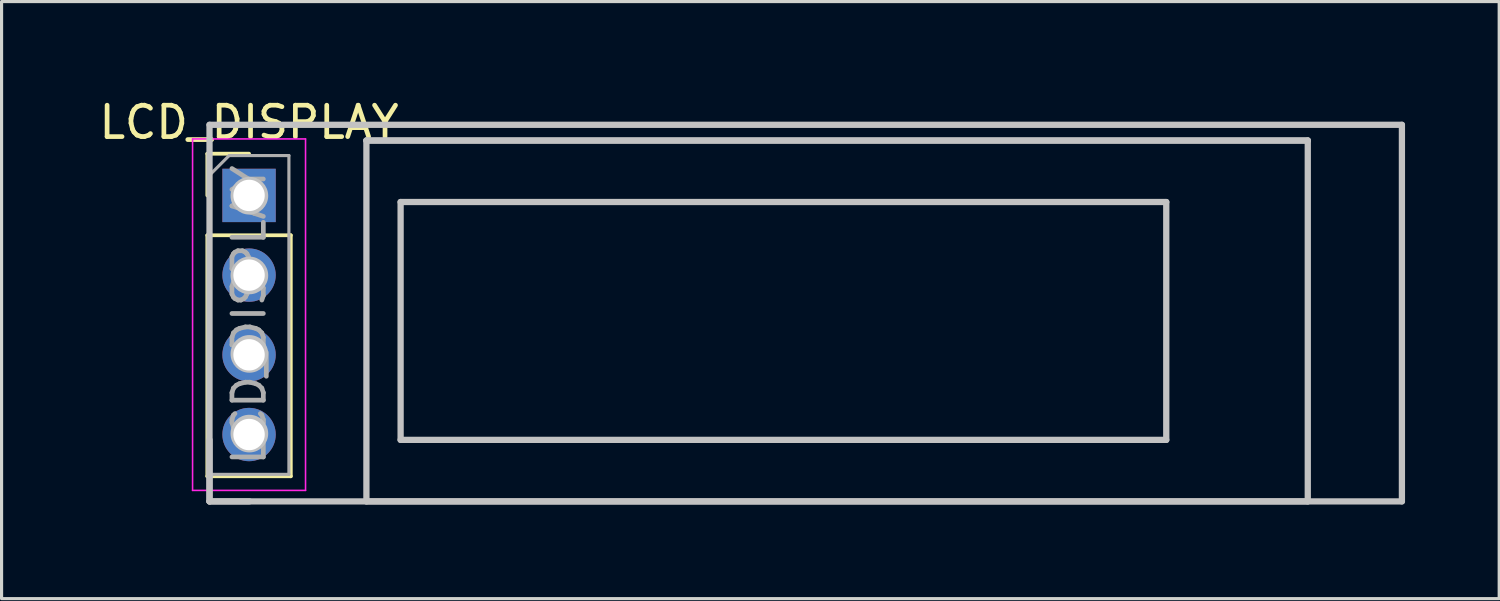
<source format=kicad_pcb>
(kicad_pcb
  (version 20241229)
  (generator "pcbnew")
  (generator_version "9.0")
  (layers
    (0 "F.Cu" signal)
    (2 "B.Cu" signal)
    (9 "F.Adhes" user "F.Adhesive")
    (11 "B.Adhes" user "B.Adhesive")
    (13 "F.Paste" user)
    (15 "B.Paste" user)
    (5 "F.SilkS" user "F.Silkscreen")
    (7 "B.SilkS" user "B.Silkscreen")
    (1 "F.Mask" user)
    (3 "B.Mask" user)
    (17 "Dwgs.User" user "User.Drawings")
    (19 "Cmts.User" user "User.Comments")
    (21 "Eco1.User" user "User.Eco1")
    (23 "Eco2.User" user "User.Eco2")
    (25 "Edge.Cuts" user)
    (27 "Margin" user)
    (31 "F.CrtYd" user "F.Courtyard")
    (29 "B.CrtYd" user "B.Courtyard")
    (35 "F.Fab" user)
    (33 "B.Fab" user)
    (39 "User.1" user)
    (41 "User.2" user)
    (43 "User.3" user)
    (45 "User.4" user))
  (footprint "LCD_DISPLAY"
    (layer "F.Cu")
    (at 4.887 3.178)
    (property "Reference" "LCD_DISPLAY" (at 0 -2.33 0) (layer "F.SilkS") (effects (font (size 1 1) (thickness 0.15))))
    (attr through_hole)
    (fp_line (start -1.33 -1.33) (end 0 -1.33) (stroke (width 0.12) (type solid)) (layer "F.SilkS"))
    (fp_line (start -1.33 0) (end -1.33 -1.33) (stroke (width 0.12) (type solid)) (layer "F.SilkS"))
    (fp_line (start -1.33 1.27) (end -1.33 8.95) (stroke (width 0.12) (type solid)) (layer "F.SilkS"))
    (fp_line (start -1.33 1.27) (end 1.33 1.27) (stroke (width 0.12) (type solid)) (layer "F.SilkS"))
    (fp_line (start -1.33 8.95) (end 1.33 8.95) (stroke (width 0.12) (type solid)) (layer "F.SilkS"))
    (fp_line (start 1.33 1.27) (end 1.33 8.95) (stroke (width 0.12) (type solid)) (layer "F.SilkS"))
    (fp_line (start -1.26 -2.25) (end -1.26 9.75) (stroke (width 0.2) (type solid)) (layer "Dwgs.User"))
    (fp_line (start -1.26 -2.25) (end 36.74 -2.25) (stroke (width 0.2) (type solid)) (layer "Dwgs.User"))
    (fp_line (start -1.26 9.75) (end -1.26 7.79) (stroke (width 0.2) (type solid)) (layer "Dwgs.User"))
    (fp_line (start -1.26 9.75) (end 0.01 9.75) (stroke (width 0.2) (type solid)) (layer "Dwgs.User"))
    (fp_line (start -1.26 9.75) (end 36.74 9.75) (stroke (width 0.2) (type solid)) (layer "Dwgs.User"))
    (fp_line (start 3.74 -1.75) (end 3.74 9.75) (stroke (width 0.2) (type solid)) (layer "Dwgs.User"))
    (fp_line (start 3.74 9.75) (end 33.74 9.75) (stroke (width 0.2) (type solid)) (layer "Dwgs.User"))
    (fp_line (start 4.83 0.21) (end 4.83 7.79) (stroke (width 0.2) (type solid)) (layer "Dwgs.User"))
    (fp_line (start 4.83 7.79) (end 29.23 7.79) (stroke (width 0.2) (type solid)) (layer "Dwgs.User"))
    (fp_line (start 29.23 0.21) (end 4.83 0.21) (stroke (width 0.2) (type solid)) (layer "Dwgs.User"))
    (fp_line (start 29.23 7.79) (end 29.23 0.21) (stroke (width 0.2) (type solid)) (layer "Dwgs.User"))
    (fp_line (start 33.74 -1.75) (end 3.74 -1.75) (stroke (width 0.2) (type solid)) (layer "Dwgs.User"))
    (fp_line (start 33.74 -1.75) (end 3.74 -1.75) (stroke (width 0.2) (type solid)) (layer "Dwgs.User"))
    (fp_line (start 33.74 9.75) (end 33.74 -1.75) (stroke (width 0.2) (type solid)) (layer "Dwgs.User"))
    (fp_line (start 36.74 9.75) (end 36.74 -2.25) (stroke (width 0.2) (type solid)) (layer "Dwgs.User"))
    (fp_circle (center 0.01 0.01) (end 0.51 0.01) (stroke (width 0.2) (type solid)) (fill no) (layer "Dwgs.User"))
    (fp_circle (center 0.01 2.55) (end 0.51 2.55) (stroke (width 0.2) (type solid)) (fill no) (layer "Dwgs.User"))
    (fp_circle (center 0.01 5.05) (end 0.51 5.05) (stroke (width 0.2) (type solid)) (fill no) (layer "Dwgs.User"))
    (fp_circle (center 0.01 7.59) (end 0.51 7.59) (stroke (width 0.2) (type solid)) (fill no) (layer "Dwgs.User"))
    (fp_line (start -1.8 -1.8) (end -1.8 9.4) (stroke (width 0.05) (type solid)) (layer "F.CrtYd"))
    (fp_line (start -1.8 9.4) (end 1.8 9.4) (stroke (width 0.05) (type solid)) (layer "F.CrtYd"))
    (fp_line (start 1.8 -1.8) (end -1.8 -1.8) (stroke (width 0.05) (type solid)) (layer "F.CrtYd"))
    (fp_line (start 1.8 9.4) (end 1.8 -1.8) (stroke (width 0.05) (type solid)) (layer "F.CrtYd"))
    (fp_line (start -1.27 -0.635) (end -0.635 -1.27) (stroke (width 0.1) (type solid)) (layer "F.Fab"))
    (fp_line (start -1.27 8.89) (end -1.27 -0.635) (stroke (width 0.1) (type solid)) (layer "F.Fab"))
    (fp_line (start -0.635 -1.27) (end 1.27 -1.27) (stroke (width 0.1) (type solid)) (layer "F.Fab"))
    (fp_line (start 1.27 -1.27) (end 1.27 8.89) (stroke (width 0.1) (type solid)) (layer "F.Fab"))
    (fp_line (start 1.27 8.89) (end -1.27 8.89) (stroke (width 0.1) (type solid)) (layer "F.Fab"))
    (fp_text user "${REFERENCE}" (at 0 3.81 90) (layer "F.Fab") (effects (font (size 1 1) (thickness 0.15))))
    (pad "1" thru_hole rect (at 0 0) (size 1.7 1.7) (drill 1) (layers "*.Cu" "*.Mask"))
    (pad "2" thru_hole oval (at 0 2.54) (size 1.7 1.7) (drill 1) (layers "*.Cu" "*.Mask"))
    (pad "3" thru_hole oval (at 0 5.08) (size 1.7 1.7) (drill 1) (layers "*.Cu" "*.Mask"))
    (pad "4" thru_hole oval (at 0 7.62) (size 1.7 1.7) (drill 1) (layers "*.Cu" "*.Mask")))
  (gr_rect
    (start -3 -3)
    (end 44.727 16.028)
    (stroke (width 0.1) (type default))
    (fill no)
    (layer "Edge.Cuts")))
</source>
